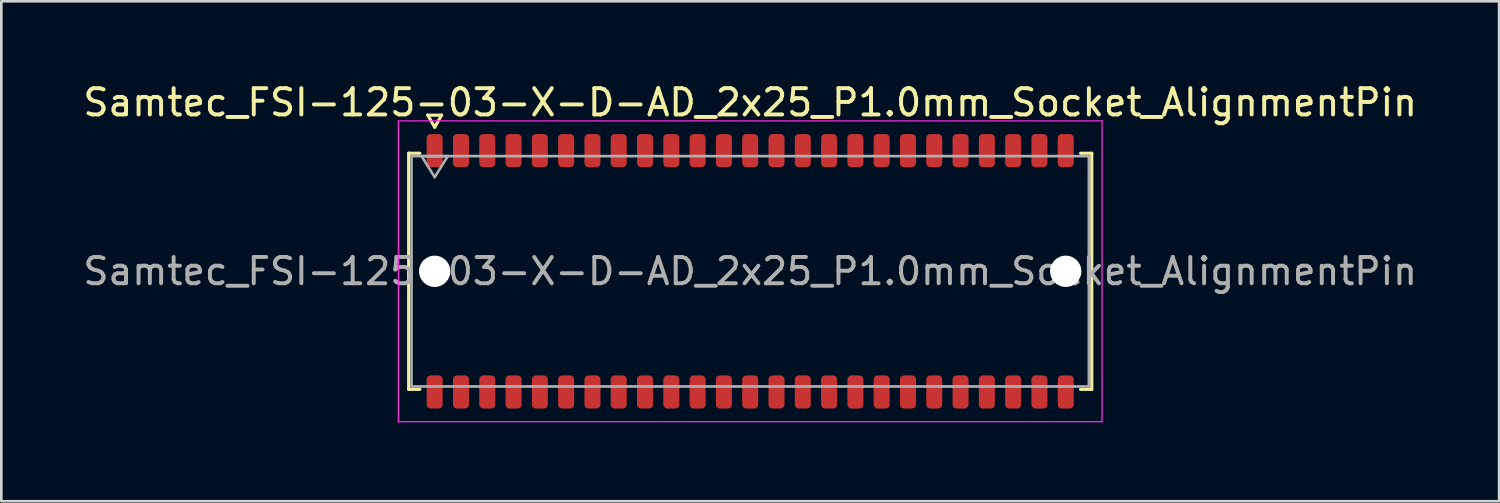
<source format=kicad_pcb>
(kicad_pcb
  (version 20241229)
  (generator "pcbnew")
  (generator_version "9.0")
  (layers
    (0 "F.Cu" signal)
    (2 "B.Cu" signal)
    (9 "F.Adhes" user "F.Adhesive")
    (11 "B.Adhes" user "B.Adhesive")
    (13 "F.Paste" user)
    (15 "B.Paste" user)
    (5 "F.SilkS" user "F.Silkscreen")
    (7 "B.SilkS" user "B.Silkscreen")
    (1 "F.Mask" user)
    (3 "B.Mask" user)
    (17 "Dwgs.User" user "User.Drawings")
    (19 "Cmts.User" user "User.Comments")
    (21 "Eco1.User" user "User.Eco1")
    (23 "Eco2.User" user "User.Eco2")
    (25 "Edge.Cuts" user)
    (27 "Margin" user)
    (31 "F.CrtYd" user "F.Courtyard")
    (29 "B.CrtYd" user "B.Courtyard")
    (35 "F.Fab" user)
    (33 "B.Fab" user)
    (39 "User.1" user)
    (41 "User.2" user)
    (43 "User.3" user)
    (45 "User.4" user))
  (footprint "Samtec_FSI-125-03-X-D-AD_2x25_P1.0mm_Socket_AlignmentPin"
    (layer "F.Cu")
    (at 25.482 7.268)
    (property "Reference" "Samtec_FSI-125-03-X-D-AD_2x25_P1.0mm_Socket_AlignmentPin" (at 0 -6.42 0) (layer "F.SilkS") (effects (font (size 1 1) (thickness 0.15))))
    (attr smd)
    (fp_line (start -12.99 -4.49) (end -12.565 -4.49) (stroke (width 0.12) (type solid)) (layer "F.SilkS"))
    (fp_line (start -12.99 4.49) (end -12.99 -4.49) (stroke (width 0.12) (type solid)) (layer "F.SilkS"))
    (fp_line (start -12.565 4.49) (end -12.99 4.49) (stroke (width 0.12) (type solid)) (layer "F.SilkS"))
    (fp_line (start -12.264 -5.938) (end -12 -5.48) (stroke (width 0.12) (type solid)) (layer "F.SilkS"))
    (fp_line (start -12 -5.48) (end -11.736 -5.938) (stroke (width 0.12) (type solid)) (layer "F.SilkS"))
    (fp_line (start -11.736 -5.938) (end -12.264 -5.938) (stroke (width 0.12) (type solid)) (layer "F.SilkS"))
    (fp_line (start 12.565 -4.49) (end 12.99 -4.49) (stroke (width 0.12) (type solid)) (layer "F.SilkS"))
    (fp_line (start 12.99 -4.49) (end 12.99 4.49) (stroke (width 0.12) (type solid)) (layer "F.SilkS"))
    (fp_line (start 12.99 4.49) (end 12.565 4.49) (stroke (width 0.12) (type solid)) (layer "F.SilkS"))
    (fp_line (start -13.38 -5.72) (end -13.38 5.72) (stroke (width 0.05) (type solid)) (layer "F.CrtYd"))
    (fp_line (start -13.38 5.72) (end 13.38 5.72) (stroke (width 0.05) (type solid)) (layer "F.CrtYd"))
    (fp_line (start 13.38 -5.72) (end -13.38 -5.72) (stroke (width 0.05) (type solid)) (layer "F.CrtYd"))
    (fp_line (start 13.38 5.72) (end 13.38 -5.72) (stroke (width 0.05) (type solid)) (layer "F.CrtYd"))
    (fp_line (start -12.88 -4.38) (end 12.88 -4.38) (stroke (width 0.1) (type solid)) (layer "F.Fab"))
    (fp_line (start -12.88 4.38) (end -12.88 -4.38) (stroke (width 0.1) (type solid)) (layer "F.Fab"))
    (fp_line (start -12.5 -4.38) (end -12 -3.58) (stroke (width 0.1) (type solid)) (layer "F.Fab"))
    (fp_line (start -12 -3.58) (end -11.5 -4.38) (stroke (width 0.1) (type solid)) (layer "F.Fab"))
    (fp_line (start -11.5 -4.38) (end -12.5 -4.38) (stroke (width 0.1) (type solid)) (layer "F.Fab"))
    (fp_line (start 12.88 -4.38) (end 12.88 4.38) (stroke (width 0.1) (type solid)) (layer "F.Fab"))
    (fp_line (start 12.88 4.38) (end -12.88 4.38) (stroke (width 0.1) (type solid)) (layer "F.Fab"))
    (fp_text user "${REFERENCE}" (at 0 0 0) (layer "F.Fab") (effects (font (size 1 1) (thickness 0.15))))
    (pad "" np_thru_hole circle (at -12 0) (size 1.19 1.19) (drill 1.19) (layers "*.Cu" "*.Mask"))
    (pad "" np_thru_hole circle (at 12 0) (size 1.19 1.19) (drill 1.19) (layers "*.Cu" "*.Mask"))
    (pad "1" smd roundrect (at -12 -4.59) (size 0.61 1.26) (layers "F.Cu" "F.Mask" "F.Paste") (roundrect_rratio 0.25))
    (pad "2" smd roundrect (at -12 4.59) (size 0.61 1.26) (layers "F.Cu" "F.Mask" "F.Paste") (roundrect_rratio 0.25))
    (pad "3" smd roundrect (at -11 -4.59) (size 0.61 1.26) (layers "F.Cu" "F.Mask" "F.Paste") (roundrect_rratio 0.25))
    (pad "4" smd roundrect (at -11 4.59) (size 0.61 1.26) (layers "F.Cu" "F.Mask" "F.Paste") (roundrect_rratio 0.25))
    (pad "5" smd roundrect (at -10 -4.59) (size 0.61 1.26) (layers "F.Cu" "F.Mask" "F.Paste") (roundrect_rratio 0.25))
    (pad "6" smd roundrect (at -10 4.59) (size 0.61 1.26) (layers "F.Cu" "F.Mask" "F.Paste") (roundrect_rratio 0.25))
    (pad "7" smd roundrect (at -9 -4.59) (size 0.61 1.26) (layers "F.Cu" "F.Mask" "F.Paste") (roundrect_rratio 0.25))
    (pad "8" smd roundrect (at -9 4.59) (size 0.61 1.26) (layers "F.Cu" "F.Mask" "F.Paste") (roundrect_rratio 0.25))
    (pad "9" smd roundrect (at -8 -4.59) (size 0.61 1.26) (layers "F.Cu" "F.Mask" "F.Paste") (roundrect_rratio 0.25))
    (pad "10" smd roundrect (at -8 4.59) (size 0.61 1.26) (layers "F.Cu" "F.Mask" "F.Paste") (roundrect_rratio 0.25))
    (pad "11" smd roundrect (at -7 -4.59) (size 0.61 1.26) (layers "F.Cu" "F.Mask" "F.Paste") (roundrect_rratio 0.25))
    (pad "12" smd roundrect (at -7 4.59) (size 0.61 1.26) (layers "F.Cu" "F.Mask" "F.Paste") (roundrect_rratio 0.25))
    (pad "13" smd roundrect (at -6 -4.59) (size 0.61 1.26) (layers "F.Cu" "F.Mask" "F.Paste") (roundrect_rratio 0.25))
    (pad "14" smd roundrect (at -6 4.59) (size 0.61 1.26) (layers "F.Cu" "F.Mask" "F.Paste") (roundrect_rratio 0.25))
    (pad "15" smd roundrect (at -5 -4.59) (size 0.61 1.26) (layers "F.Cu" "F.Mask" "F.Paste") (roundrect_rratio 0.25))
    (pad "16" smd roundrect (at -5 4.59) (size 0.61 1.26) (layers "F.Cu" "F.Mask" "F.Paste") (roundrect_rratio 0.25))
    (pad "17" smd roundrect (at -4 -4.59) (size 0.61 1.26) (layers "F.Cu" "F.Mask" "F.Paste") (roundrect_rratio 0.25))
    (pad "18" smd roundrect (at -4 4.59) (size 0.61 1.26) (layers "F.Cu" "F.Mask" "F.Paste") (roundrect_rratio 0.25))
    (pad "19" smd roundrect (at -3 -4.59) (size 0.61 1.26) (layers "F.Cu" "F.Mask" "F.Paste") (roundrect_rratio 0.25))
    (pad "20" smd roundrect (at -3 4.59) (size 0.61 1.26) (layers "F.Cu" "F.Mask" "F.Paste") (roundrect_rratio 0.25))
    (pad "21" smd roundrect (at -2 -4.59) (size 0.61 1.26) (layers "F.Cu" "F.Mask" "F.Paste") (roundrect_rratio 0.25))
    (pad "22" smd roundrect (at -2 4.59) (size 0.61 1.26) (layers "F.Cu" "F.Mask" "F.Paste") (roundrect_rratio 0.25))
    (pad "23" smd roundrect (at -1 -4.59) (size 0.61 1.26) (layers "F.Cu" "F.Mask" "F.Paste") (roundrect_rratio 0.25))
    (pad "24" smd roundrect (at -1 4.59) (size 0.61 1.26) (layers "F.Cu" "F.Mask" "F.Paste") (roundrect_rratio 0.25))
    (pad "25" smd roundrect (at 0 -4.59) (size 0.61 1.26) (layers "F.Cu" "F.Mask" "F.Paste") (roundrect_rratio 0.25))
    (pad "26" smd roundrect (at 0 4.59) (size 0.61 1.26) (layers "F.Cu" "F.Mask" "F.Paste") (roundrect_rratio 0.25))
    (pad "27" smd roundrect (at 1 -4.59) (size 0.61 1.26) (layers "F.Cu" "F.Mask" "F.Paste") (roundrect_rratio 0.25))
    (pad "28" smd roundrect (at 1 4.59) (size 0.61 1.26) (layers "F.Cu" "F.Mask" "F.Paste") (roundrect_rratio 0.25))
    (pad "29" smd roundrect (at 2 -4.59) (size 0.61 1.26) (layers "F.Cu" "F.Mask" "F.Paste") (roundrect_rratio 0.25))
    (pad "30" smd roundrect (at 2 4.59) (size 0.61 1.26) (layers "F.Cu" "F.Mask" "F.Paste") (roundrect_rratio 0.25))
    (pad "31" smd roundrect (at 3 -4.59) (size 0.61 1.26) (layers "F.Cu" "F.Mask" "F.Paste") (roundrect_rratio 0.25))
    (pad "32" smd roundrect (at 3 4.59) (size 0.61 1.26) (layers "F.Cu" "F.Mask" "F.Paste") (roundrect_rratio 0.25))
    (pad "33" smd roundrect (at 4 -4.59) (size 0.61 1.26) (layers "F.Cu" "F.Mask" "F.Paste") (roundrect_rratio 0.25))
    (pad "34" smd roundrect (at 4 4.59) (size 0.61 1.26) (layers "F.Cu" "F.Mask" "F.Paste") (roundrect_rratio 0.25))
    (pad "35" smd roundrect (at 5 -4.59) (size 0.61 1.26) (layers "F.Cu" "F.Mask" "F.Paste") (roundrect_rratio 0.25))
    (pad "36" smd roundrect (at 5 4.59) (size 0.61 1.26) (layers "F.Cu" "F.Mask" "F.Paste") (roundrect_rratio 0.25))
    (pad "37" smd roundrect (at 6 -4.59) (size 0.61 1.26) (layers "F.Cu" "F.Mask" "F.Paste") (roundrect_rratio 0.25))
    (pad "38" smd roundrect (at 6 4.59) (size 0.61 1.26) (layers "F.Cu" "F.Mask" "F.Paste") (roundrect_rratio 0.25))
    (pad "39" smd roundrect (at 7 -4.59) (size 0.61 1.26) (layers "F.Cu" "F.Mask" "F.Paste") (roundrect_rratio 0.25))
    (pad "40" smd roundrect (at 7 4.59) (size 0.61 1.26) (layers "F.Cu" "F.Mask" "F.Paste") (roundrect_rratio 0.25))
    (pad "41" smd roundrect (at 8 -4.59) (size 0.61 1.26) (layers "F.Cu" "F.Mask" "F.Paste") (roundrect_rratio 0.25))
    (pad "42" smd roundrect (at 8 4.59) (size 0.61 1.26) (layers "F.Cu" "F.Mask" "F.Paste") (roundrect_rratio 0.25))
    (pad "43" smd roundrect (at 9 -4.59) (size 0.61 1.26) (layers "F.Cu" "F.Mask" "F.Paste") (roundrect_rratio 0.25))
    (pad "44" smd roundrect (at 9 4.59) (size 0.61 1.26) (layers "F.Cu" "F.Mask" "F.Paste") (roundrect_rratio 0.25))
    (pad "45" smd roundrect (at 10 -4.59) (size 0.61 1.26) (layers "F.Cu" "F.Mask" "F.Paste") (roundrect_rratio 0.25))
    (pad "46" smd roundrect (at 10 4.59) (size 0.61 1.26) (layers "F.Cu" "F.Mask" "F.Paste") (roundrect_rratio 0.25))
    (pad "47" smd roundrect (at 11 -4.59) (size 0.61 1.26) (layers "F.Cu" "F.Mask" "F.Paste") (roundrect_rratio 0.25))
    (pad "48" smd roundrect (at 11 4.59) (size 0.61 1.26) (layers "F.Cu" "F.Mask" "F.Paste") (roundrect_rratio 0.25))
    (pad "49" smd roundrect (at 12 -4.59) (size 0.61 1.26) (layers "F.Cu" "F.Mask" "F.Paste") (roundrect_rratio 0.25))
    (pad "50" smd roundrect (at 12 4.59) (size 0.61 1.26) (layers "F.Cu" "F.Mask" "F.Paste") (roundrect_rratio 0.25)))
  (gr_rect
    (start -3 -3)
    (end 53.964 16.013)
    (stroke (width 0.1) (type default))
    (fill no)
    (layer "Edge.Cuts")))
</source>
